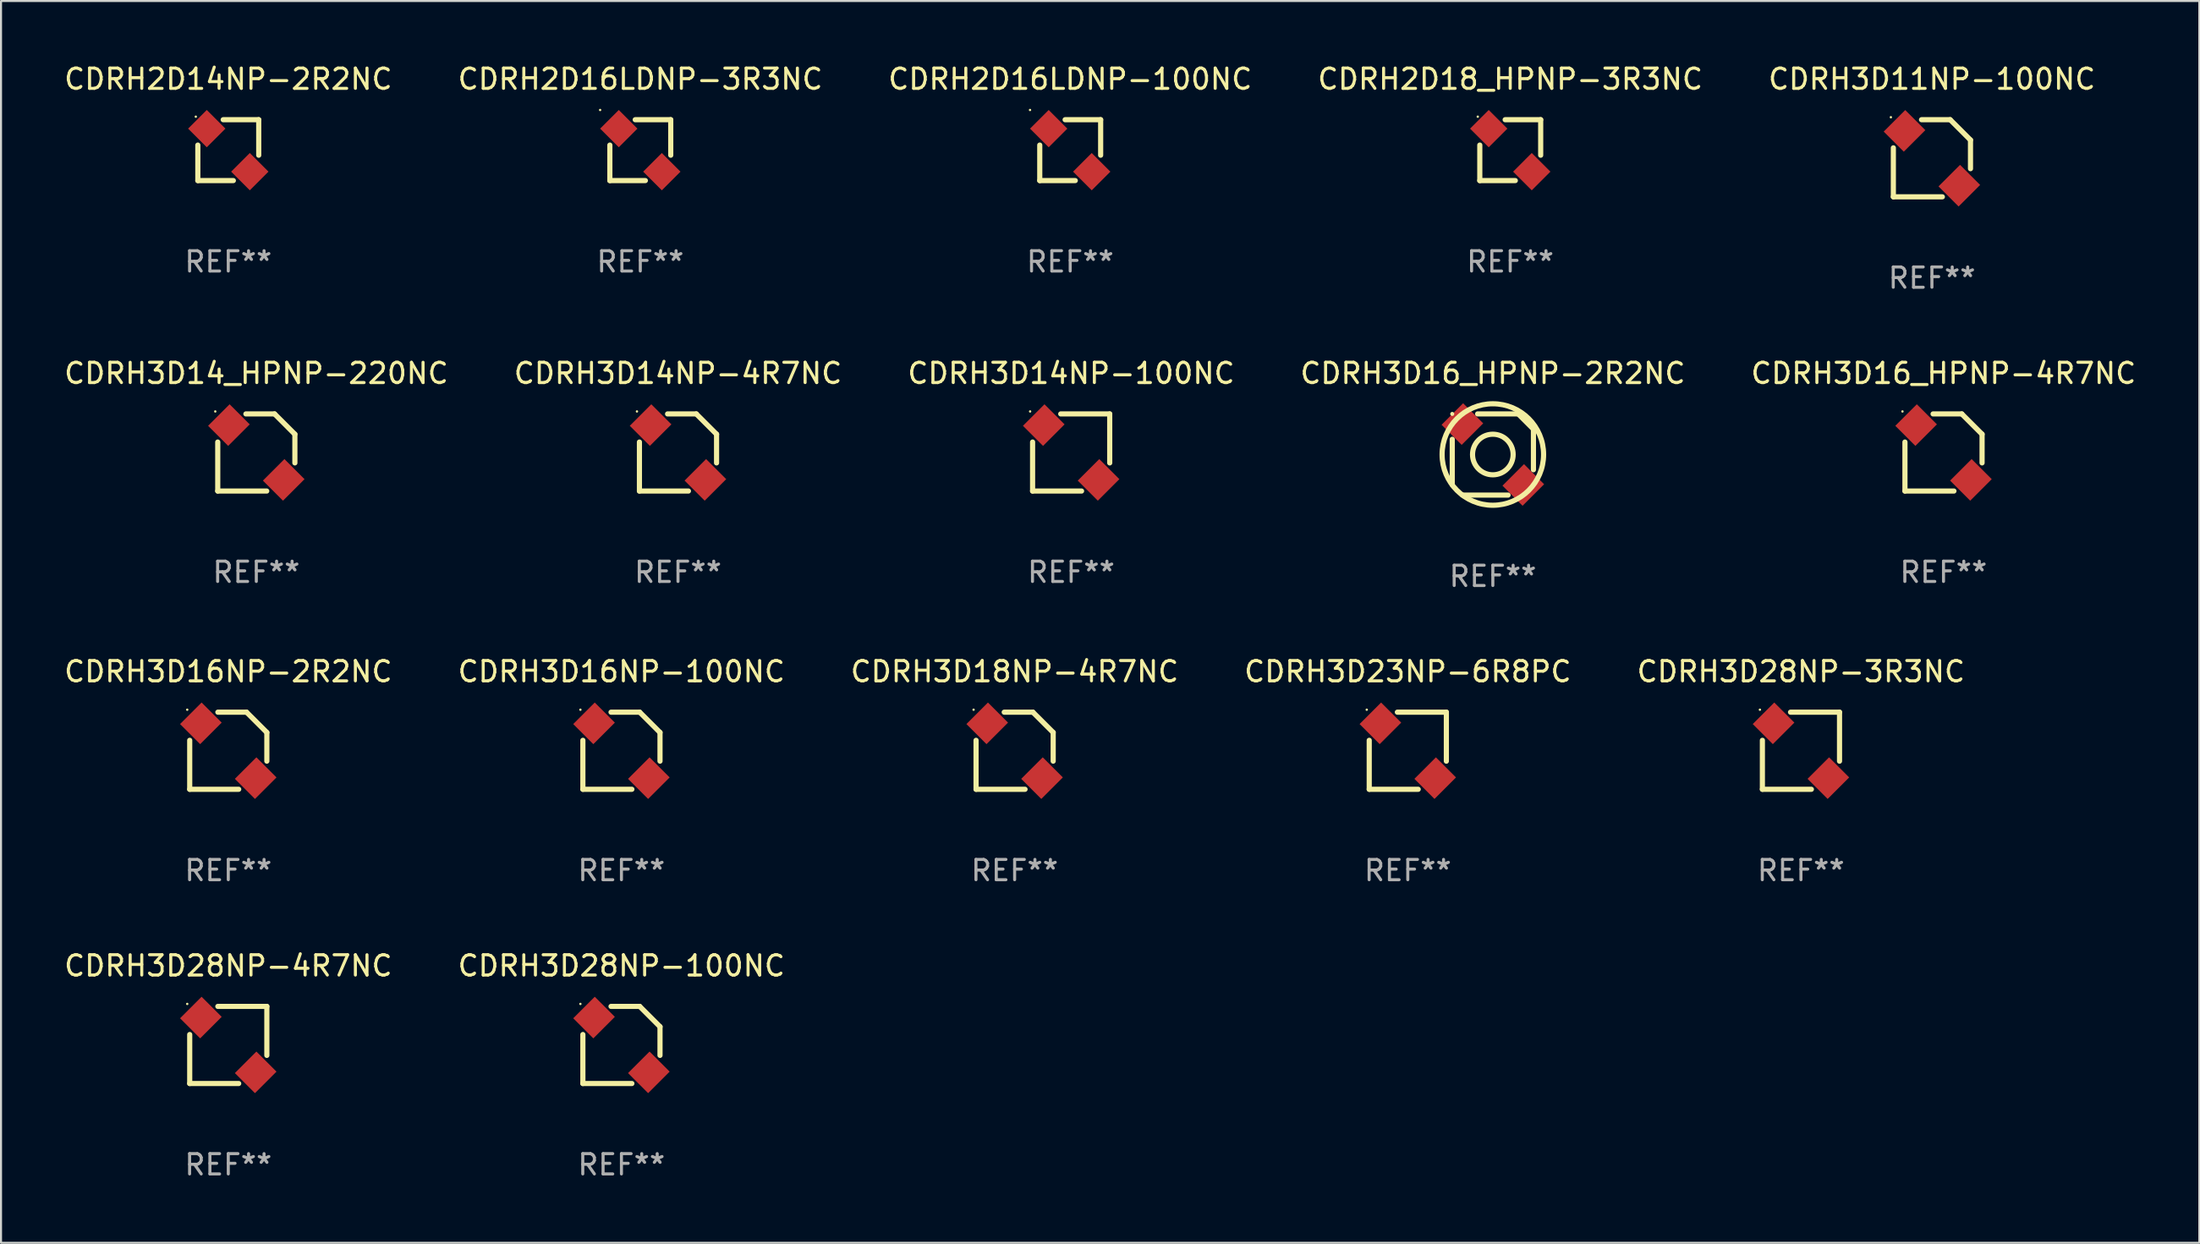
<source format=kicad_pcb>
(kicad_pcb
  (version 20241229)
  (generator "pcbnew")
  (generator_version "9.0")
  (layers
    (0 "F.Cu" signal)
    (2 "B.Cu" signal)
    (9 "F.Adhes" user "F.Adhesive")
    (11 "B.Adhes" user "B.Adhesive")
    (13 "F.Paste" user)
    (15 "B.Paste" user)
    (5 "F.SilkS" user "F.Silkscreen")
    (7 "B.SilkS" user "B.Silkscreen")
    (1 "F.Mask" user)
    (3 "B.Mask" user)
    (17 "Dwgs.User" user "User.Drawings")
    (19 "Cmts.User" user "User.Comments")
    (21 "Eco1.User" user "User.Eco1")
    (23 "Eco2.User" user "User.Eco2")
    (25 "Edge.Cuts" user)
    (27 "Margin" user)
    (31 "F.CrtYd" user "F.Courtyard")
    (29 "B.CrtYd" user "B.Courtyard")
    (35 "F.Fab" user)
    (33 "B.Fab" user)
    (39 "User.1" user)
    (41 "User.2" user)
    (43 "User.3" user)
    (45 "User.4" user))
  (footprint "CDRH2D16LDNP-100NC"
    (layer "F.Cu")
    (at 49.673 4.348)
    (property "Reference" "CDRH2D16LDNP-100NC" (at 0 -3.5 0) (layer "F.SilkS") (effects (font (size 1 1) (thickness 0.15))))
    (attr through_hole)
    (fp_line (start -1.5 1.5) (end -1.5 -0.25) (stroke (width 0.254) (type solid)) (layer "F.SilkS"))
    (fp_line (start -0.25 -1.5) (end 1.5 -1.5) (stroke (width 0.254) (type solid)) (layer "F.SilkS"))
    (fp_line (start 0.25 1.5) (end -1.5 1.5) (stroke (width 0.254) (type solid)) (layer "F.SilkS"))
    (fp_line (start 1.5 -1.5) (end 1.5 0.25) (stroke (width 0.254) (type solid)) (layer "F.SilkS"))
    (fp_circle (center -1.979 -1.979) (end -1.949 -1.979) (stroke (width 0.06) (type solid)) (fill no) (layer "F.SilkS"))
    (fp_text user "REF**" (at 0 5.5 0) (layer "F.Fab") (effects (font (size 1 1) (thickness 0.15))))
    (pad "1" smd rect (at -1.06 -1.06 45) (size 1.3 1.3) (layers "F.Cu" "F.Mask" "F.Paste"))
    (pad "2" smd rect (at 1.06 1.06 45) (size 1.3 1.3) (layers "F.Cu" "F.Mask" "F.Paste")))
  (footprint "CDRH2D18_HPNP-3R3NC"
    (layer "F.Cu")
    (at 71.351 4.348)
    (property "Reference" "CDRH2D18_HPNP-3R3NC" (at 0 -3.5 0) (layer "F.SilkS") (effects (font (size 1 1) (thickness 0.15))))
    (attr through_hole)
    (fp_line (start -1.5 1.5) (end -1.5 -0.25) (stroke (width 0.254) (type solid)) (layer "F.SilkS"))
    (fp_line (start -0.25 -1.5) (end 1.5 -1.5) (stroke (width 0.254) (type solid)) (layer "F.SilkS"))
    (fp_line (start 0.25 1.5) (end -1.5 1.5) (stroke (width 0.254) (type solid)) (layer "F.SilkS"))
    (fp_line (start 1.5 -1.5) (end 1.5 0.25) (stroke (width 0.254) (type solid)) (layer "F.SilkS"))
    (fp_circle (center -1.6 -1.649) (end -1.57 -1.649) (stroke (width 0.06) (type solid)) (fill no) (layer "F.SilkS"))
    (fp_text user "REF**" (at 0 5.5 0) (layer "F.Fab") (effects (font (size 1 1) (thickness 0.15))))
    (pad "1" smd rect (at -1.06 -1.06 45) (size 1.3 1.3) (layers "F.Cu" "F.Mask" "F.Paste"))
    (pad "2" smd rect (at 1.06 1.06 45) (size 1.3 1.3) (layers "F.Cu" "F.Mask" "F.Paste")))
  (footprint "CDRH3D16_HPNP-2R2NC"
    (layer "F.Cu")
    (at 70.494 19.345)
    (property "Reference" "CDRH3D16_HPNP-2R2NC" (at 0 -4 0) (layer "F.SilkS") (effects (font (size 1 1) (thickness 0.15))))
    (attr through_hole)
    (fp_line (start -2 -0.75) (end -2 1.5) (stroke (width 0.254) (type solid)) (layer "F.SilkS"))
    (fp_line (start -1.5 2) (end 0.75 2) (stroke (width 0.254) (type solid)) (layer "F.SilkS"))
    (fp_line (start 1.25 -2) (end -0.75 -2) (stroke (width 0.254) (type solid)) (layer "F.SilkS"))
    (fp_line (start 2 -1.25) (end 1.25 -2) (stroke (width 0.254) (type solid)) (layer "F.SilkS"))
    (fp_line (start 2 0.75) (end 2 -1.25) (stroke (width 0.254) (type solid)) (layer "F.SilkS"))
    (fp_arc (start -2 1.5) (mid 2.000022 -1.500022) (end -2 1.5) (stroke (width 0.254001) (type solid)) (layer "F.SilkS"))
    (fp_circle (center -2 -2) (end -1.95 -2) (stroke (width 0.1) (type solid)) (fill no) (layer "F.SilkS"))
    (fp_circle (center 0 0) (end 1 0) (stroke (width 0.254) (type solid)) (fill no) (layer "F.SilkS"))
    (fp_text user "REF**" (at 0 6 0) (layer "F.Fab") (effects (font (size 1 1) (thickness 0.15))))
    (pad "1" smd rect (at -1.5 -1.5 45) (size 1.501 1.4) (layers "F.Cu" "F.Mask" "F.Paste"))
    (pad "2" smd rect (at 1.5 1.5 45) (size 1.501 1.4) (layers "F.Cu" "F.Mask" "F.Paste")))
  (footprint "CDRH3D28NP-100NC"
    (layer "F.Cu")
    (at 27.565 48.438)
    (property "Reference" "CDRH3D28NP-100NC" (at 0 -3.9 0) (layer "F.SilkS") (effects (font (size 1 1) (thickness 0.15))))
    (attr through_hole)
    (fp_line (start -1.9 1.9) (end -1.9 -0.514) (stroke (width 0.254) (type solid)) (layer "F.SilkS"))
    (fp_line (start 0.514 1.9) (end -1.9 1.9) (stroke (width 0.254) (type solid)) (layer "F.SilkS"))
    (fp_line (start 0.9 -1.9) (end -0.513 -1.9) (stroke (width 0.254) (type solid)) (layer "F.SilkS"))
    (fp_line (start 0.9 -1.9) (end 1.9 -0.9) (stroke (width 0.254) (type solid)) (layer "F.SilkS"))
    (fp_line (start 1.9 -0.9) (end 1.9 0.513) (stroke (width 0.254) (type solid)) (layer "F.SilkS"))
    (fp_circle (center -2.022 -2.022) (end -1.992 -2.022) (stroke (width 0.06) (type solid)) (fill no) (layer "F.SilkS"))
    (fp_text user "REF**" (at 0 5.9 0) (layer "F.Fab") (effects (font (size 1 1) (thickness 0.15))))
    (pad "1" smd rect (at -1.35 -1.35 45) (size 1.5 1.4) (layers "F.Cu" "F.Mask" "F.Paste"))
    (pad "2" smd rect (at 1.35 1.35 45) (size 1.5 1.4) (layers "F.Cu" "F.Mask" "F.Paste")))
  (footprint "CDRH3D16_HPNP-4R7NC"
    (layer "F.Cu")
    (at 92.696 19.245)
    (property "Reference" "CDRH3D16_HPNP-4R7NC" (at 0 -3.9 0) (layer "F.SilkS") (effects (font (size 1 1) (thickness 0.15))))
    (attr through_hole)
    (fp_line (start -1.9 1.9) (end -1.9 -0.514) (stroke (width 0.254) (type solid)) (layer "F.SilkS"))
    (fp_line (start 0.514 1.9) (end -1.9 1.9) (stroke (width 0.254) (type solid)) (layer "F.SilkS"))
    (fp_line (start 0.9 -1.9) (end -0.513 -1.9) (stroke (width 0.254) (type solid)) (layer "F.SilkS"))
    (fp_line (start 0.9 -1.9) (end 1.9 -0.9) (stroke (width 0.254) (type solid)) (layer "F.SilkS"))
    (fp_line (start 1.9 -0.9) (end 1.9 0.513) (stroke (width 0.254) (type solid)) (layer "F.SilkS"))
    (fp_circle (center -2.022 -2.022) (end -1.992 -2.022) (stroke (width 0.06) (type solid)) (fill no) (layer "F.SilkS"))
    (fp_text user "REF**" (at 0 5.9 0) (layer "F.Fab") (effects (font (size 1 1) (thickness 0.15))))
    (pad "1" smd rect (at -1.35 -1.35 45) (size 1.5 1.4) (layers "F.Cu" "F.Mask" "F.Paste"))
    (pad "2" smd rect (at 1.35 1.35 45) (size 1.5 1.4) (layers "F.Cu" "F.Mask" "F.Paste")))
  (footprint "CDRH3D14_HPNP-220NC"
    (layer "F.Cu")
    (at 9.577 19.245)
    (property "Reference" "CDRH3D14_HPNP-220NC" (at 0 -3.9 0) (layer "F.SilkS") (effects (font (size 1 1) (thickness 0.15))))
    (attr through_hole)
    (fp_line (start -1.9 1.9) (end -1.9 -0.514) (stroke (width 0.254) (type solid)) (layer "F.SilkS"))
    (fp_line (start 0.514 1.9) (end -1.9 1.9) (stroke (width 0.254) (type solid)) (layer "F.SilkS"))
    (fp_line (start 0.9 -1.9) (end -0.513 -1.9) (stroke (width 0.254) (type solid)) (layer "F.SilkS"))
    (fp_line (start 0.9 -1.9) (end 1.9 -0.9) (stroke (width 0.254) (type solid)) (layer "F.SilkS"))
    (fp_line (start 1.9 -0.9) (end 1.9 0.513) (stroke (width 0.254) (type solid)) (layer "F.SilkS"))
    (fp_circle (center -2.022 -2.022) (end -1.992 -2.022) (stroke (width 0.06) (type solid)) (fill no) (layer "F.SilkS"))
    (fp_text user "REF**" (at 0 5.9 0) (layer "F.Fab") (effects (font (size 1 1) (thickness 0.15))))
    (pad "1" smd rect (at -1.35 -1.35 45) (size 1.5 1.4) (layers "F.Cu" "F.Mask" "F.Paste"))
    (pad "2" smd rect (at 1.35 1.35 45) (size 1.5 1.4) (layers "F.Cu" "F.Mask" "F.Paste")))
  (footprint "CDRH3D14NP-4R7NC"
    (layer "F.Cu")
    (at 30.351 19.245)
    (property "Reference" "CDRH3D14NP-4R7NC" (at 0 -3.9 0) (layer "F.SilkS") (effects (font (size 1 1) (thickness 0.15))))
    (attr through_hole)
    (fp_line (start -1.9 1.9) (end -1.9 -0.514) (stroke (width 0.254) (type solid)) (layer "F.SilkS"))
    (fp_line (start 0.514 1.9) (end -1.9 1.9) (stroke (width 0.254) (type solid)) (layer "F.SilkS"))
    (fp_line (start 0.9 -1.9) (end -0.513 -1.9) (stroke (width 0.254) (type solid)) (layer "F.SilkS"))
    (fp_line (start 0.9 -1.9) (end 1.9 -0.9) (stroke (width 0.254) (type solid)) (layer "F.SilkS"))
    (fp_line (start 1.9 -0.9) (end 1.9 0.513) (stroke (width 0.254) (type solid)) (layer "F.SilkS"))
    (fp_circle (center -2.022 -2.022) (end -1.992 -2.022) (stroke (width 0.06) (type solid)) (fill no) (layer "F.SilkS"))
    (fp_text user "REF**" (at 0 5.9 0) (layer "F.Fab") (effects (font (size 1 1) (thickness 0.15))))
    (pad "1" smd rect (at -1.35 -1.35 45) (size 1.5 1.4) (layers "F.Cu" "F.Mask" "F.Paste"))
    (pad "2" smd rect (at 1.35 1.35 45) (size 1.5 1.4) (layers "F.Cu" "F.Mask" "F.Paste")))
  (footprint "CDRH3D14NP-100NC"
    (layer "F.Cu")
    (at 49.72 19.245)
    (property "Reference" "CDRH3D14NP-100NC" (at 0 -3.9 0) (layer "F.SilkS") (effects (font (size 1 1) (thickness 0.15))))
    (attr through_hole)
    (fp_line (start -1.9 1.9) (end -1.9 -0.514) (stroke (width 0.254) (type solid)) (layer "F.SilkS"))
    (fp_line (start -0.514 -1.9) (end 1.9 -1.9) (stroke (width 0.254) (type solid)) (layer "F.SilkS"))
    (fp_line (start 0.513 1.9) (end -1.9 1.9) (stroke (width 0.254) (type solid)) (layer "F.SilkS"))
    (fp_line (start 1.9 -1.9) (end 1.9 0.514) (stroke (width 0.254) (type solid)) (layer "F.SilkS"))
    (fp_circle (center -2.022 -2.022) (end -1.992 -2.022) (stroke (width 0.06) (type solid)) (fill no) (layer "F.SilkS"))
    (fp_text user "REF**" (at 0 5.9 0) (layer "F.Fab") (effects (font (size 1 1) (thickness 0.15))))
    (pad "1" smd rect (at -1.35 -1.35 45) (size 1.5 1.4) (layers "F.Cu" "F.Mask" "F.Paste"))
    (pad "2" smd rect (at 1.35 1.35 45) (size 1.5 1.4) (layers "F.Cu" "F.Mask" "F.Paste")))
  (footprint "CDRH3D16NP-2R2NC"
    (layer "F.Cu")
    (at 8.196 33.941)
    (property "Reference" "CDRH3D16NP-2R2NC" (at 0 -3.9 0) (layer "F.SilkS") (effects (font (size 1 1) (thickness 0.15))))
    (attr through_hole)
    (fp_line (start -1.9 1.9) (end -1.9 -0.514) (stroke (width 0.254) (type solid)) (layer "F.SilkS"))
    (fp_line (start 0.514 1.9) (end -1.9 1.9) (stroke (width 0.254) (type solid)) (layer "F.SilkS"))
    (fp_line (start 0.9 -1.9) (end -0.513 -1.9) (stroke (width 0.254) (type solid)) (layer "F.SilkS"))
    (fp_line (start 0.9 -1.9) (end 1.9 -0.9) (stroke (width 0.254) (type solid)) (layer "F.SilkS"))
    (fp_line (start 1.9 -0.9) (end 1.9 0.513) (stroke (width 0.254) (type solid)) (layer "F.SilkS"))
    (fp_circle (center -2.022 -2.022) (end -1.992 -2.022) (stroke (width 0.06) (type solid)) (fill no) (layer "F.SilkS"))
    (fp_text user "REF**" (at 0 5.9 0) (layer "F.Fab") (effects (font (size 1 1) (thickness 0.15))))
    (pad "1" smd rect (at -1.35 -1.35 45) (size 1.5 1.4) (layers "F.Cu" "F.Mask" "F.Paste"))
    (pad "2" smd rect (at 1.35 1.35 45) (size 1.5 1.4) (layers "F.Cu" "F.Mask" "F.Paste")))
  (footprint "CDRH3D18NP-4R7NC"
    (layer "F.Cu")
    (at 46.935 33.941)
    (property "Reference" "CDRH3D18NP-4R7NC" (at 0 -3.9 0) (layer "F.SilkS") (effects (font (size 1 1) (thickness 0.15))))
    (attr through_hole)
    (fp_line (start -1.9 1.9) (end -1.9 -0.514) (stroke (width 0.254) (type solid)) (layer "F.SilkS"))
    (fp_line (start 0.514 1.9) (end -1.9 1.9) (stroke (width 0.254) (type solid)) (layer "F.SilkS"))
    (fp_line (start 0.9 -1.9) (end -0.513 -1.9) (stroke (width 0.254) (type solid)) (layer "F.SilkS"))
    (fp_line (start 0.9 -1.9) (end 1.9 -0.9) (stroke (width 0.254) (type solid)) (layer "F.SilkS"))
    (fp_line (start 1.9 -0.9) (end 1.9 0.513) (stroke (width 0.254) (type solid)) (layer "F.SilkS"))
    (fp_circle (center -2.022 -2.022) (end -1.992 -2.022) (stroke (width 0.06) (type solid)) (fill no) (layer "F.SilkS"))
    (fp_text user "REF**" (at 0 5.9 0) (layer "F.Fab") (effects (font (size 1 1) (thickness 0.15))))
    (pad "1" smd rect (at -1.35 -1.35 45) (size 1.5 1.4) (layers "F.Cu" "F.Mask" "F.Paste"))
    (pad "2" smd rect (at 1.35 1.35 45) (size 1.5 1.4) (layers "F.Cu" "F.Mask" "F.Paste")))
  (footprint "CDRH3D28NP-3R3NC"
    (layer "F.Cu")
    (at 85.673 33.941)
    (property "Reference" "CDRH3D28NP-3R3NC" (at 0 -3.9 0) (layer "F.SilkS") (effects (font (size 1 1) (thickness 0.15))))
    (attr through_hole)
    (fp_line (start -1.9 1.9) (end -1.9 -0.514) (stroke (width 0.254) (type solid)) (layer "F.SilkS"))
    (fp_line (start -0.514 -1.9) (end 1.9 -1.9) (stroke (width 0.254) (type solid)) (layer "F.SilkS"))
    (fp_line (start 0.513 1.9) (end -1.9 1.9) (stroke (width 0.254) (type solid)) (layer "F.SilkS"))
    (fp_line (start 1.9 -1.9) (end 1.9 0.514) (stroke (width 0.254) (type solid)) (layer "F.SilkS"))
    (fp_circle (center -2.022 -2.022) (end -1.992 -2.022) (stroke (width 0.06) (type solid)) (fill no) (layer "F.SilkS"))
    (fp_text user "REF**" (at 0 5.9 0) (layer "F.Fab") (effects (font (size 1 1) (thickness 0.15))))
    (pad "1" smd rect (at -1.35 -1.35 45) (size 1.5 1.4) (layers "F.Cu" "F.Mask" "F.Paste"))
    (pad "2" smd rect (at 1.35 1.35 45) (size 1.5 1.4) (layers "F.Cu" "F.Mask" "F.Paste")))
  (footprint "CDRH3D23NP-6R8PC"
    (layer "F.Cu")
    (at 66.304 33.941)
    (property "Reference" "CDRH3D23NP-6R8PC" (at 0 -3.9 0) (layer "F.SilkS") (effects (font (size 1 1) (thickness 0.15))))
    (attr through_hole)
    (fp_line (start -1.9 1.9) (end -1.9 -0.514) (stroke (width 0.254) (type solid)) (layer "F.SilkS"))
    (fp_line (start -0.514 -1.9) (end 1.9 -1.9) (stroke (width 0.254) (type solid)) (layer "F.SilkS"))
    (fp_line (start 0.513 1.9) (end -1.9 1.9) (stroke (width 0.254) (type solid)) (layer "F.SilkS"))
    (fp_line (start 1.9 -1.9) (end 1.9 0.514) (stroke (width 0.254) (type solid)) (layer "F.SilkS"))
    (fp_circle (center -2.022 -2.022) (end -1.992 -2.022) (stroke (width 0.06) (type solid)) (fill no) (layer "F.SilkS"))
    (fp_text user "REF**" (at 0 5.9 0) (layer "F.Fab") (effects (font (size 1 1) (thickness 0.15))))
    (pad "1" smd rect (at -1.35 -1.35 45) (size 1.5 1.4) (layers "F.Cu" "F.Mask" "F.Paste"))
    (pad "2" smd rect (at 1.35 1.35 45) (size 1.5 1.4) (layers "F.Cu" "F.Mask" "F.Paste")))
  (footprint "CDRH3D16NP-100NC"
    (layer "F.Cu")
    (at 27.565 33.941)
    (property "Reference" "CDRH3D16NP-100NC" (at 0 -3.9 0) (layer "F.SilkS") (effects (font (size 1 1) (thickness 0.15))))
    (attr through_hole)
    (fp_line (start -1.9 1.9) (end -1.9 -0.514) (stroke (width 0.254) (type solid)) (layer "F.SilkS"))
    (fp_line (start 0.514 1.9) (end -1.9 1.9) (stroke (width 0.254) (type solid)) (layer "F.SilkS"))
    (fp_line (start 0.9 -1.9) (end -0.513 -1.9) (stroke (width 0.254) (type solid)) (layer "F.SilkS"))
    (fp_line (start 0.9 -1.9) (end 1.9 -0.9) (stroke (width 0.254) (type solid)) (layer "F.SilkS"))
    (fp_line (start 1.9 -0.9) (end 1.9 0.513) (stroke (width 0.254) (type solid)) (layer "F.SilkS"))
    (fp_circle (center -2.022 -2.022) (end -1.992 -2.022) (stroke (width 0.06) (type solid)) (fill no) (layer "F.SilkS"))
    (fp_text user "REF**" (at 0 5.9 0) (layer "F.Fab") (effects (font (size 1 1) (thickness 0.15))))
    (pad "1" smd rect (at -1.35 -1.35 45) (size 1.5 1.4) (layers "F.Cu" "F.Mask" "F.Paste"))
    (pad "2" smd rect (at 1.35 1.35 45) (size 1.5 1.4) (layers "F.Cu" "F.Mask" "F.Paste")))
  (footprint "CDRH2D14NP-2R2NC"
    (layer "F.Cu")
    (at 8.196 4.348)
    (property "Reference" "CDRH2D14NP-2R2NC" (at 0 -3.5 0) (layer "F.SilkS") (effects (font (size 1 1) (thickness 0.15))))
    (attr through_hole)
    (fp_line (start -1.5 1.5) (end -1.5 -0.25) (stroke (width 0.254) (type solid)) (layer "F.SilkS"))
    (fp_line (start -0.25 -1.5) (end 1.5 -1.5) (stroke (width 0.254) (type solid)) (layer "F.SilkS"))
    (fp_line (start 0.25 1.5) (end -1.5 1.5) (stroke (width 0.254) (type solid)) (layer "F.SilkS"))
    (fp_line (start 1.5 -1.5) (end 1.5 0.25) (stroke (width 0.254) (type solid)) (layer "F.SilkS"))
    (fp_circle (center -1.6 -1.649) (end -1.57 -1.649) (stroke (width 0.06) (type solid)) (fill no) (layer "F.SilkS"))
    (fp_text user "REF**" (at 0 5.5 0) (layer "F.Fab") (effects (font (size 1 1) (thickness 0.15))))
    (pad "1" smd rect (at -1.06 -1.06 45) (size 1.3 1.3) (layers "F.Cu" "F.Mask" "F.Paste"))
    (pad "2" smd rect (at 1.06 1.06 45) (size 1.3 1.3) (layers "F.Cu" "F.Mask" "F.Paste")))
  (footprint "CDRH3D28NP-4R7NC"
    (layer "F.Cu")
    (at 8.196 48.438)
    (property "Reference" "CDRH3D28NP-4R7NC" (at 0 -3.9 0) (layer "F.SilkS") (effects (font (size 1 1) (thickness 0.15))))
    (attr through_hole)
    (fp_line (start -1.9 1.9) (end -1.9 -0.514) (stroke (width 0.254) (type solid)) (layer "F.SilkS"))
    (fp_line (start -0.514 -1.9) (end 1.9 -1.9) (stroke (width 0.254) (type solid)) (layer "F.SilkS"))
    (fp_line (start 0.513 1.9) (end -1.9 1.9) (stroke (width 0.254) (type solid)) (layer "F.SilkS"))
    (fp_line (start 1.9 -1.9) (end 1.9 0.514) (stroke (width 0.254) (type solid)) (layer "F.SilkS"))
    (fp_circle (center -2.022 -2.022) (end -1.992 -2.022) (stroke (width 0.06) (type solid)) (fill no) (layer "F.SilkS"))
    (fp_text user "REF**" (at 0 5.9 0) (layer "F.Fab") (effects (font (size 1 1) (thickness 0.15))))
    (pad "1" smd rect (at -1.35 -1.35 45) (size 1.5 1.4) (layers "F.Cu" "F.Mask" "F.Paste"))
    (pad "2" smd rect (at 1.35 1.35 45) (size 1.5 1.4) (layers "F.Cu" "F.Mask" "F.Paste")))
  (footprint "CDRH2D16LDNP-3R3NC"
    (layer "F.Cu")
    (at 28.494 4.348)
    (property "Reference" "CDRH2D16LDNP-3R3NC" (at 0 -3.5 0) (layer "F.SilkS") (effects (font (size 1 1) (thickness 0.15))))
    (attr through_hole)
    (fp_line (start -1.5 1.5) (end -1.5 -0.25) (stroke (width 0.254) (type solid)) (layer "F.SilkS"))
    (fp_line (start -0.25 -1.5) (end 1.5 -1.5) (stroke (width 0.254) (type solid)) (layer "F.SilkS"))
    (fp_line (start 0.25 1.5) (end -1.5 1.5) (stroke (width 0.254) (type solid)) (layer "F.SilkS"))
    (fp_line (start 1.5 -1.5) (end 1.5 0.25) (stroke (width 0.254) (type solid)) (layer "F.SilkS"))
    (fp_circle (center -1.979 -1.979) (end -1.949 -1.979) (stroke (width 0.06) (type solid)) (fill no) (layer "F.SilkS"))
    (fp_text user "REF**" (at 0 5.5 0) (layer "F.Fab") (effects (font (size 1 1) (thickness 0.15))))
    (pad "1" smd rect (at -1.06 -1.06 45) (size 1.3 1.3) (layers "F.Cu" "F.Mask" "F.Paste"))
    (pad "2" smd rect (at 1.06 1.06 45) (size 1.3 1.3) (layers "F.Cu" "F.Mask" "F.Paste")))
  (footprint "CDRH3D11NP-100NC"
    (layer "F.Cu")
    (at 92.125 4.748)
    (property "Reference" "CDRH3D11NP-100NC" (at 0 -3.9 0) (layer "F.SilkS") (effects (font (size 1 1) (thickness 0.15))))
    (attr through_hole)
    (fp_line (start -1.9 1.9) (end -1.9 -0.514) (stroke (width 0.254) (type solid)) (layer "F.SilkS"))
    (fp_line (start 0.514 1.9) (end -1.9 1.9) (stroke (width 0.254) (type solid)) (layer "F.SilkS"))
    (fp_line (start 0.9 -1.9) (end -0.513 -1.9) (stroke (width 0.254) (type solid)) (layer "F.SilkS"))
    (fp_line (start 0.9 -1.9) (end 1.9 -0.9) (stroke (width 0.254) (type solid)) (layer "F.SilkS"))
    (fp_line (start 1.9 -0.9) (end 1.9 0.513) (stroke (width 0.254) (type solid)) (layer "F.SilkS"))
    (fp_circle (center -2.022 -2.022) (end -1.992 -2.022) (stroke (width 0.06) (type solid)) (fill no) (layer "F.SilkS"))
    (fp_text user "REF**" (at 0 5.9 0) (layer "F.Fab") (effects (font (size 1 1) (thickness 0.15))))
    (pad "1" smd rect (at -1.35 -1.35 45) (size 1.5 1.4) (layers "F.Cu" "F.Mask" "F.Paste"))
    (pad "2" smd rect (at 1.35 1.35 45) (size 1.5 1.4) (layers "F.Cu" "F.Mask" "F.Paste")))
  (gr_rect
    (start -3 -3)
    (end 105.298 58.186)
    (stroke (width 0.1) (type default))
    (fill no)
    (layer "Edge.Cuts")))
</source>
